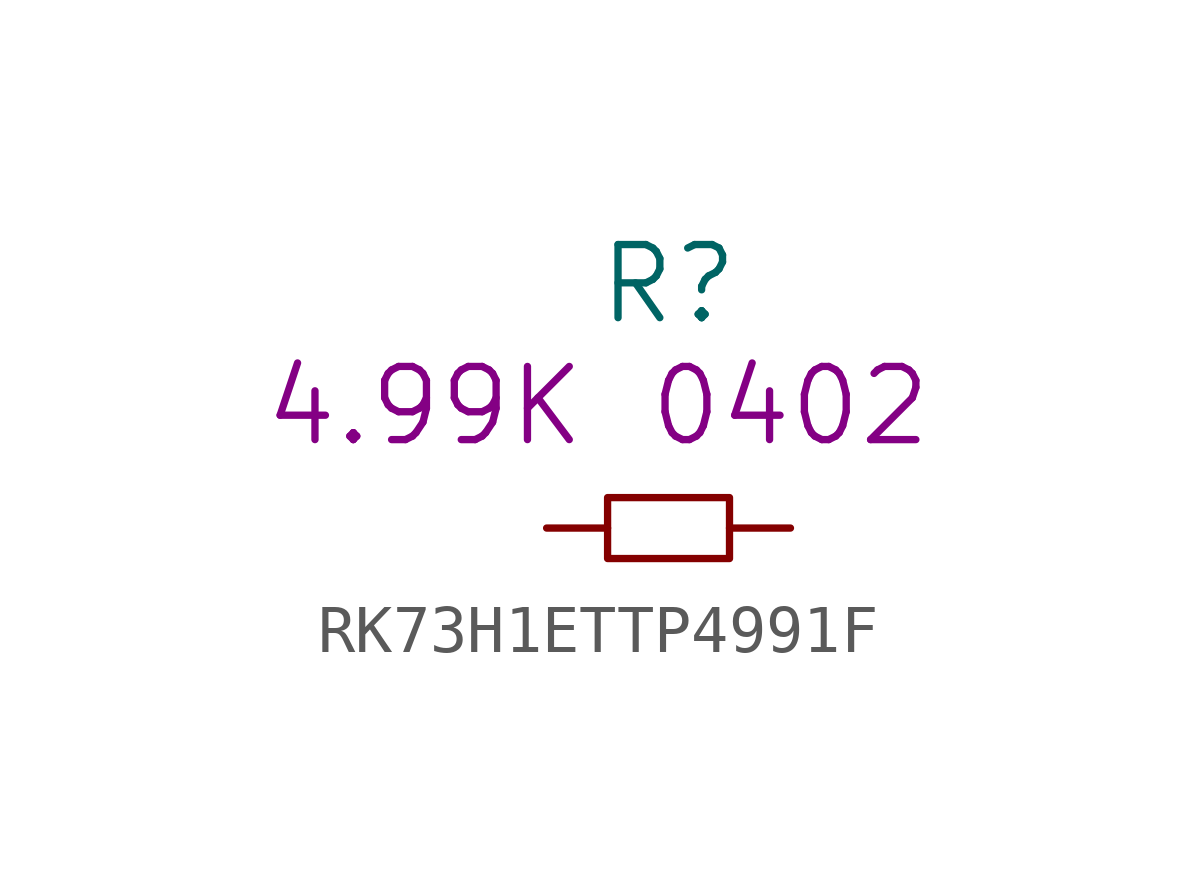
<source format=kicad_sym>
(kicad_symbol_lib
  (version 20220914)
  (generator kicad_symbol_editor)
  (symbol "RK73H1ETTP4991F"
    (pin_numbers hide)
    (pin_names
      (offset 1.016) hide)
    (property "Reference" "R"
      (at 0 5.08 0)
      (effects (font (size 1.524 1.524))))
    (property "Datasheet" ""
      (at 0 5.08 0)
      (effects (font (size 1.524 1.524))))
    (property "Value2" "4.99K"
      (at -5.08 2.54 0)
      (effects (font (size 1.524 1.524))))
    (property "Size" "0402"
      (at 2.54 2.54 0)
      (effects (font (size 1.524 1.524))))
    (symbol "RK73H1ETTP4991F_0_1"
      (rectangle (start -1.27 0.635) (end 1.27 -0.635) (stroke (width 0) (type solid)) (fill (type none))))
    (symbol "RK73H1ETTP4991F_1_1"
      (pin passive line (at -2.54 0 0) (length 1.27) (name "1" (effects (font (size 1.27 1.27)))) (number "1" (effects (font (size 1.27 1.27)))))
      (pin passive line (at 2.54 0 180) (length 1.27) (name "2" (effects (font (size 1.27 1.27)))) (number "2" (effects (font (size 1.27 1.27))))))))
</source>
